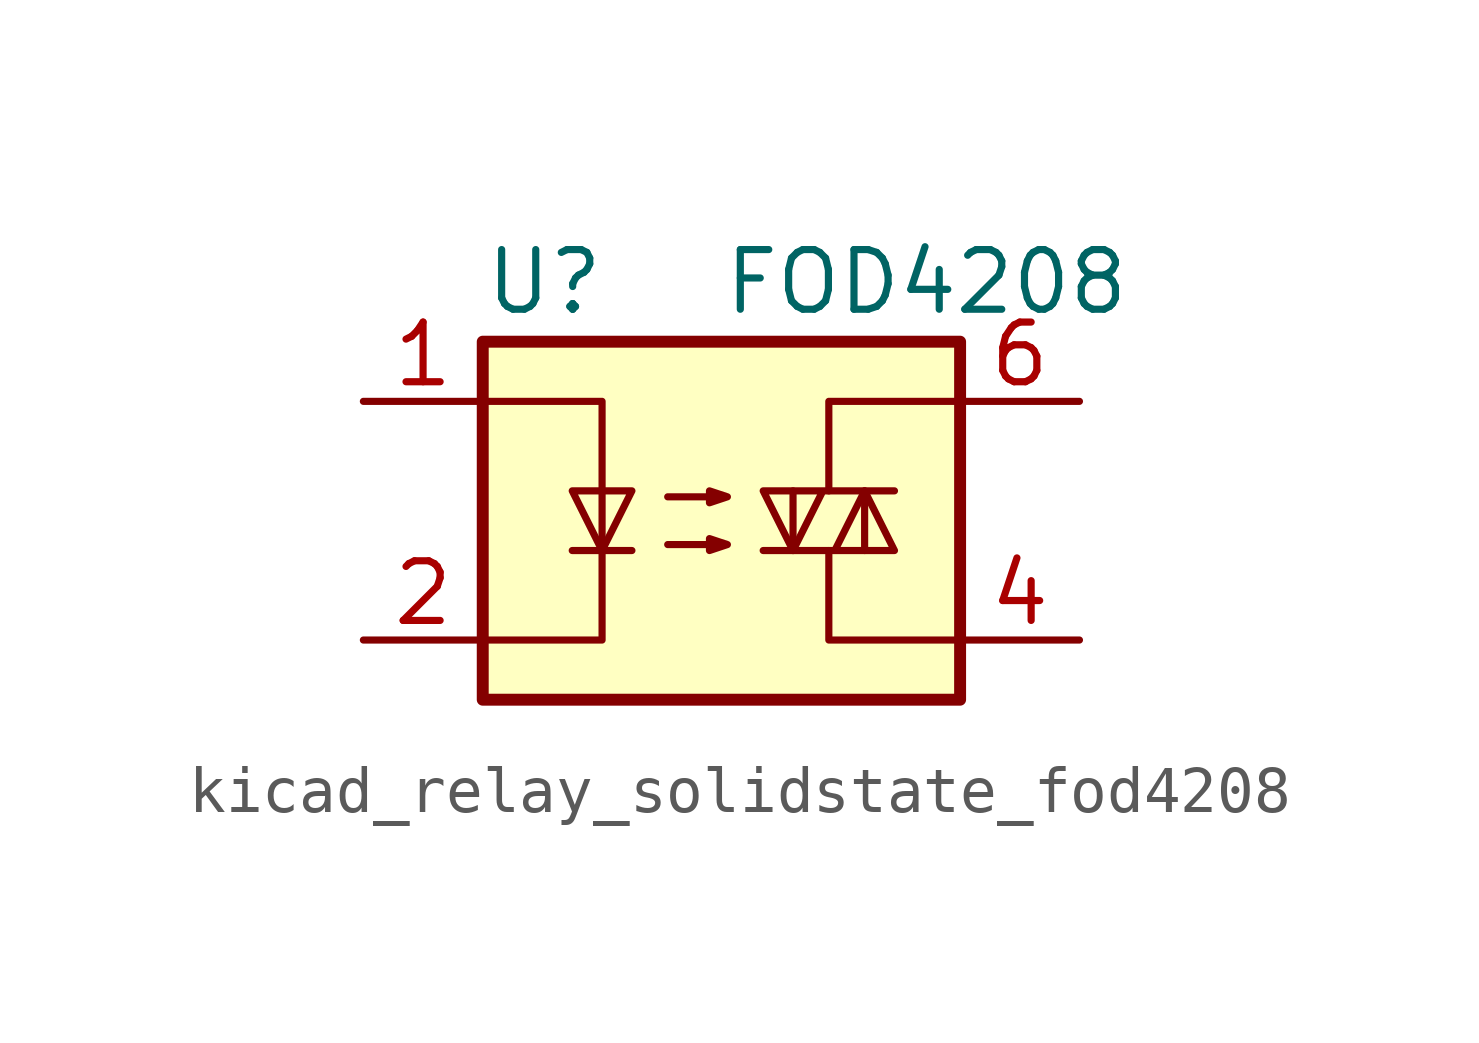
<source format=kicad_sym>
(kicad_symbol_lib
  (version 20220914)
  (generator kicad_symbol_editor)
  (symbol "kicad_relay_solidstate_fod4208"
    (property "Reference" "U"
      (at -5.08 5.08 0)
      (effects (font (size 1.27 1.27)) (justify left)))
    (property "Value" "FOD4208"
      (at 0 5.08 0)
      (effects (font (size 1.27 1.27)) (justify left)))
    (symbol "kicad_relay_solidstate_fod4208_0_1"
      (rectangle (start -5.08 3.81) (end 5.08 -3.81) (stroke (width 0.254) (type default)) (fill (type background)))
      (polyline (pts (xy -3.175 -0.635) (xy -1.905 -0.635)) (stroke (width 0) (type default)) (fill (type none)))
      (polyline (pts (xy 1.524 -0.635) (xy 1.524 0.635)) (stroke (width 0) (type default)) (fill (type none)))
      (polyline (pts (xy 3.048 0.635) (xy 3.048 -0.635)) (stroke (width 0) (type default)) (fill (type none)))
      (polyline (pts (xy 2.286 -0.635) (xy 2.286 -2.54) (xy 5.08 -2.54)) (stroke (width 0) (type default)) (fill (type none)))
      (polyline (pts (xy 2.286 0.635) (xy 2.286 2.54) (xy 5.08 2.54)) (stroke (width 0) (type default)) (fill (type none)))
      (polyline (pts (xy -5.08 2.54) (xy -2.54 2.54) (xy -2.54 -2.54) (xy -5.08 -2.54)) (stroke (width 0) (type default)) (fill (type none)))
      (polyline (pts (xy -2.54 -0.635) (xy -3.175 0.635) (xy -1.905 0.635) (xy -2.54 -0.635)) (stroke (width 0) (type default)) (fill (type none)))
      (polyline (pts (xy 0.889 -0.635) (xy 3.683 -0.635) (xy 3.048 0.635) (xy 2.413 -0.635)) (stroke (width 0) (type default)) (fill (type none)))
      (polyline (pts (xy 3.683 0.635) (xy 0.889 0.635) (xy 1.524 -0.635) (xy 2.159 0.635)) (stroke (width 0) (type default)) (fill (type none)))
      (polyline (pts (xy -1.143 -0.508) (xy 0.127 -0.508) (xy -0.254 -0.635) (xy -0.254 -0.381) (xy 0.127 -0.508)) (stroke (width 0) (type default)) (fill (type none)))
      (polyline (pts (xy -1.143 0.508) (xy 0.127 0.508) (xy -0.254 0.381) (xy -0.254 0.635) (xy 0.127 0.508)) (stroke (width 0) (type default)) (fill (type none))))
    (symbol "kicad_relay_solidstate_fod4208_1_1"
      (pin passive line (at -7.62 2.54 0) (length 2.54) (name "~" (effects (font (size 1.27 1.27)))) (number "1" (effects (font (size 1.27 1.27)))))
      (pin passive line (at -7.62 -2.54 0) (length 2.54) (name "~" (effects (font (size 1.27 1.27)))) (number "2" (effects (font (size 1.27 1.27)))))
      (pin no_connect line (at -5.08 0 0) (length 2.54) hide (name "NC" (effects (font (size 1.27 1.27)))) (number "3" (effects (font (size 1.27 1.27)))))
      (pin passive line (at 7.62 -2.54 180) (length 2.54) (name "~" (effects (font (size 1.27 1.27)))) (number "4" (effects (font (size 1.27 1.27)))))
      (pin no_connect line (at 5.08 0 180) (length 2.54) hide (name "NC" (effects (font (size 1.27 1.27)))) (number "5" (effects (font (size 1.27 1.27)))))
      (pin passive line (at 7.62 2.54 180) (length 2.54) (name "~" (effects (font (size 1.27 1.27)))) (number "6" (effects (font (size 1.27 1.27))))))))
</source>
